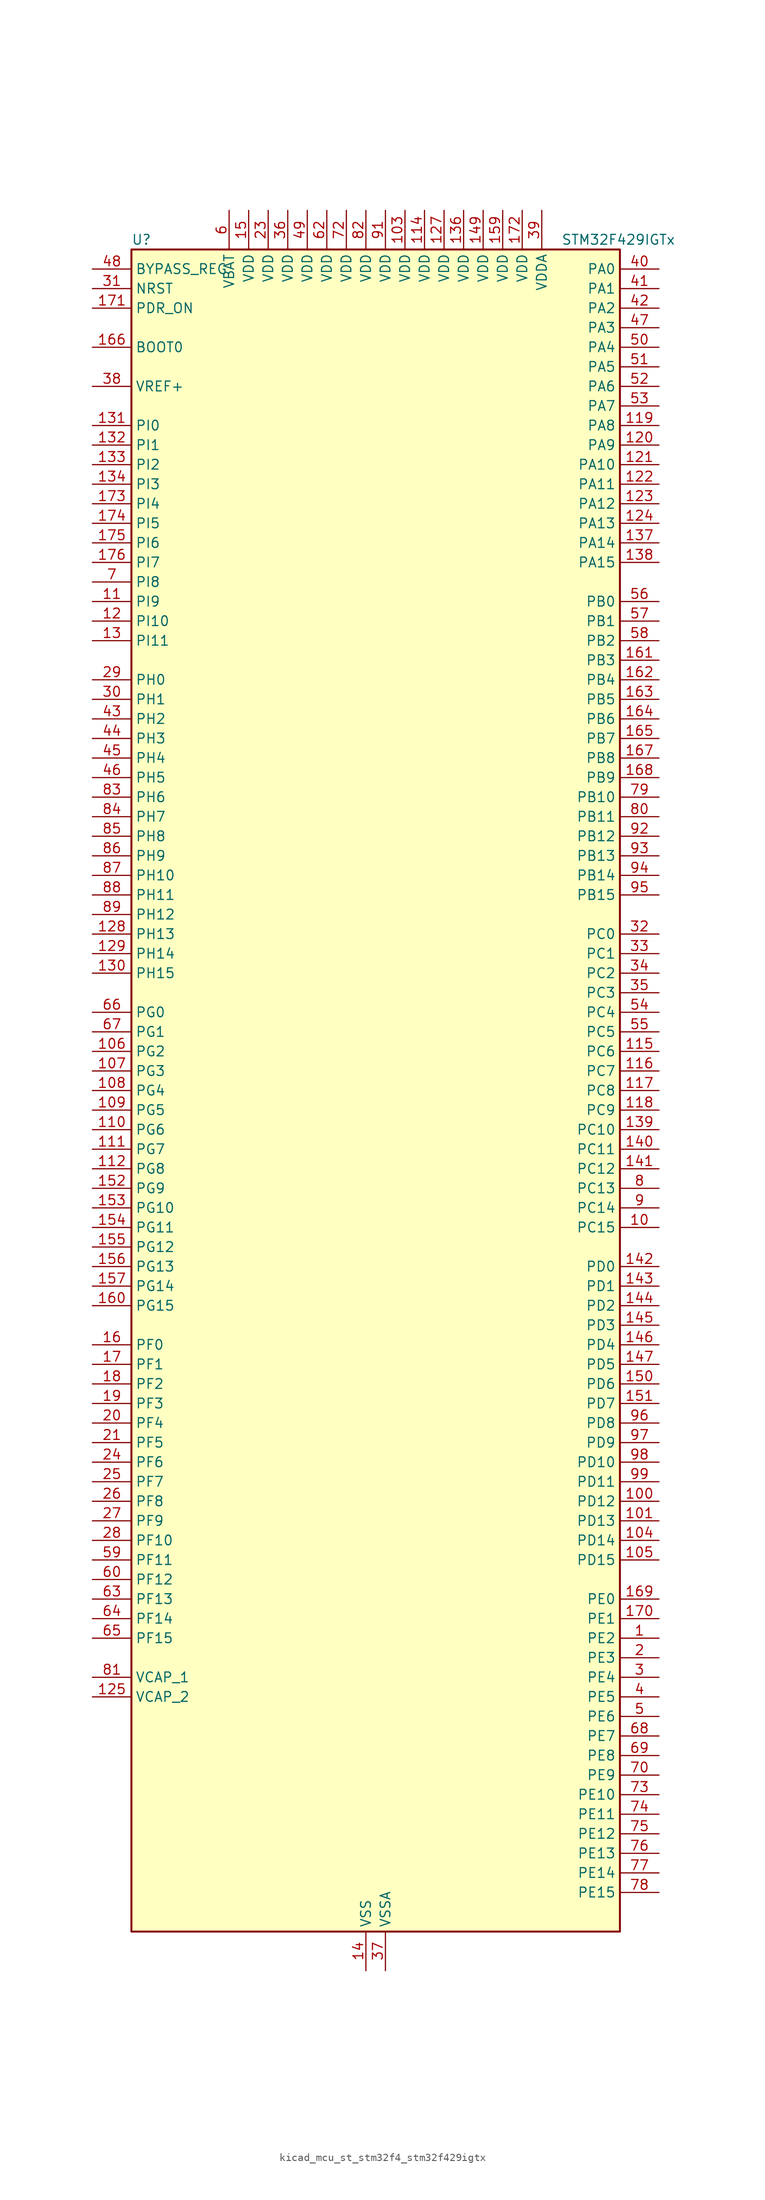
<source format=kicad_sym>
(kicad_symbol_lib
  (version 20220914)
  (generator kicad_symbol_editor)
  (symbol "kicad_mcu_st_stm32f4_stm32f429igtx"
    (property "Reference" "U"
      (at -30.48 110.49 0)
      (effects (font (size 1.27 1.27)) (justify left)))
    (property "Value" "STM32F429IGTx"
      (at 25.4 110.49 0)
      (effects (font (size 1.27 1.27)) (justify left)))
    (property "ki_locked" ""
      (at 0 0 0)
      (effects (font (size 1.27 1.27))))
    (symbol "kicad_mcu_st_stm32f4_stm32f429igtx_0_1"
      (rectangle (start -30.48 -109.22) (end 33.02 109.22) (stroke (width 0.254) (type default)) (fill (type background))))
    (symbol "kicad_mcu_st_stm32f4_stm32f429igtx_1_1"
      (pin bidirectional line (at 38.1 -71.12 180) (length 5.08) (name "PE2" (effects (font (size 1.27 1.27)))) (number "1" (effects (font (size 1.27 1.27)))) (alternate "ETH_TXD3" bidirectional line) (alternate "FMC_A23" bidirectional line) (alternate "SAI1_MCLK_A" bidirectional line) (alternate "SPI4_SCK" bidirectional line) (alternate "SYS_TRACECLK" bidirectional line))
      (pin bidirectional line (at 38.1 -17.78 180) (length 5.08) (name "PC15" (effects (font (size 1.27 1.27)))) (number "10" (effects (font (size 1.27 1.27)))) (alternate "ADC1_EXTI15" bidirectional line) (alternate "ADC2_EXTI15" bidirectional line) (alternate "ADC3_EXTI15" bidirectional line) (alternate "RCC_OSC32_OUT" bidirectional line))
      (pin bidirectional line (at 38.1 -53.34 180) (length 5.08) (name "PD12" (effects (font (size 1.27 1.27)))) (number "100" (effects (font (size 1.27 1.27)))) (alternate "FMC_A17" bidirectional line) (alternate "FMC_ALE" bidirectional line) (alternate "TIM4_CH1" bidirectional line) (alternate "USART3_RTS" bidirectional line))
      (pin bidirectional line (at 38.1 -55.88 180) (length 5.08) (name "PD13" (effects (font (size 1.27 1.27)))) (number "101" (effects (font (size 1.27 1.27)))) (alternate "FMC_A18" bidirectional line) (alternate "TIM4_CH2" bidirectional line))
      (pin passive line (at 0 -114.3 90) (length 5.08) hide (name "VSS" (effects (font (size 1.27 1.27)))) (number "102" (effects (font (size 1.27 1.27)))))
      (pin power_in line (at 5.08 114.3 270) (length 5.08) (name "VDD" (effects (font (size 1.27 1.27)))) (number "103" (effects (font (size 1.27 1.27)))))
      (pin bidirectional line (at 38.1 -58.42 180) (length 5.08) (name "PD14" (effects (font (size 1.27 1.27)))) (number "104" (effects (font (size 1.27 1.27)))) (alternate "FMC_D0" bidirectional line) (alternate "FMC_DA0" bidirectional line) (alternate "TIM4_CH3" bidirectional line))
      (pin bidirectional line (at 38.1 -60.96 180) (length 5.08) (name "PD15" (effects (font (size 1.27 1.27)))) (number "105" (effects (font (size 1.27 1.27)))) (alternate "ADC1_EXTI15" bidirectional line) (alternate "ADC2_EXTI15" bidirectional line) (alternate "ADC3_EXTI15" bidirectional line) (alternate "FMC_D1" bidirectional line) (alternate "FMC_DA1" bidirectional line) (alternate "TIM4_CH4" bidirectional line))
      (pin bidirectional line (at -35.56 5.08 0) (length 5.08) (name "PG2" (effects (font (size 1.27 1.27)))) (number "106" (effects (font (size 1.27 1.27)))) (alternate "FMC_A12" bidirectional line))
      (pin bidirectional line (at -35.56 2.54 0) (length 5.08) (name "PG3" (effects (font (size 1.27 1.27)))) (number "107" (effects (font (size 1.27 1.27)))) (alternate "FMC_A13" bidirectional line))
      (pin bidirectional line (at -35.56 0 0) (length 5.08) (name "PG4" (effects (font (size 1.27 1.27)))) (number "108" (effects (font (size 1.27 1.27)))) (alternate "FMC_A14" bidirectional line) (alternate "FMC_BA0" bidirectional line))
      (pin bidirectional line (at -35.56 -2.54 0) (length 5.08) (name "PG5" (effects (font (size 1.27 1.27)))) (number "109" (effects (font (size 1.27 1.27)))) (alternate "FMC_A15" bidirectional line) (alternate "FMC_BA1" bidirectional line))
      (pin bidirectional line (at -35.56 63.5 0) (length 5.08) (name "PI9" (effects (font (size 1.27 1.27)))) (number "11" (effects (font (size 1.27 1.27)))) (alternate "CAN1_RX" bidirectional line) (alternate "DAC_EXTI9" bidirectional line) (alternate "FMC_D30" bidirectional line) (alternate "LTDC_VSYNC" bidirectional line))
      (pin bidirectional line (at -35.56 -5.08 0) (length 5.08) (name "PG6" (effects (font (size 1.27 1.27)))) (number "110" (effects (font (size 1.27 1.27)))) (alternate "DCMI_D12" bidirectional line) (alternate "FMC_INT2" bidirectional line) (alternate "LTDC_R7" bidirectional line))
      (pin bidirectional line (at -35.56 -7.62 0) (length 5.08) (name "PG7" (effects (font (size 1.27 1.27)))) (number "111" (effects (font (size 1.27 1.27)))) (alternate "DCMI_D13" bidirectional line) (alternate "FMC_INT3" bidirectional line) (alternate "LTDC_CLK" bidirectional line) (alternate "USART6_CK" bidirectional line))
      (pin bidirectional line (at -35.56 -10.16 0) (length 5.08) (name "PG8" (effects (font (size 1.27 1.27)))) (number "112" (effects (font (size 1.27 1.27)))) (alternate "ETH_PPS_OUT" bidirectional line) (alternate "FMC_SDCLK" bidirectional line) (alternate "SPI6_NSS" bidirectional line) (alternate "USART6_RTS" bidirectional line))
      (pin passive line (at 0 -114.3 90) (length 5.08) hide (name "VSS" (effects (font (size 1.27 1.27)))) (number "113" (effects (font (size 1.27 1.27)))))
      (pin power_in line (at 7.62 114.3 270) (length 5.08) (name "VDD" (effects (font (size 1.27 1.27)))) (number "114" (effects (font (size 1.27 1.27)))))
      (pin bidirectional line (at 38.1 5.08 180) (length 5.08) (name "PC6" (effects (font (size 1.27 1.27)))) (number "115" (effects (font (size 1.27 1.27)))) (alternate "DCMI_D0" bidirectional line) (alternate "I2S2_MCK" bidirectional line) (alternate "LTDC_HSYNC" bidirectional line) (alternate "SDIO_D6" bidirectional line) (alternate "TIM3_CH1" bidirectional line) (alternate "TIM8_CH1" bidirectional line) (alternate "USART6_TX" bidirectional line))
      (pin bidirectional line (at 38.1 2.54 180) (length 5.08) (name "PC7" (effects (font (size 1.27 1.27)))) (number "116" (effects (font (size 1.27 1.27)))) (alternate "DCMI_D1" bidirectional line) (alternate "I2S3_MCK" bidirectional line) (alternate "LTDC_G6" bidirectional line) (alternate "SDIO_D7" bidirectional line) (alternate "TIM3_CH2" bidirectional line) (alternate "TIM8_CH2" bidirectional line) (alternate "USART6_RX" bidirectional line))
      (pin bidirectional line (at 38.1 0 180) (length 5.08) (name "PC8" (effects (font (size 1.27 1.27)))) (number "117" (effects (font (size 1.27 1.27)))) (alternate "DCMI_D2" bidirectional line) (alternate "SDIO_D0" bidirectional line) (alternate "TIM3_CH3" bidirectional line) (alternate "TIM8_CH3" bidirectional line) (alternate "USART6_CK" bidirectional line))
      (pin bidirectional line (at 38.1 -2.54 180) (length 5.08) (name "PC9" (effects (font (size 1.27 1.27)))) (number "118" (effects (font (size 1.27 1.27)))) (alternate "DAC_EXTI9" bidirectional line) (alternate "DCMI_D3" bidirectional line) (alternate "I2C3_SDA" bidirectional line) (alternate "I2S_CKIN" bidirectional line) (alternate "RCC_MCO_2" bidirectional line) (alternate "SDIO_D1" bidirectional line) (alternate "TIM3_CH4" bidirectional line) (alternate "TIM8_CH4" bidirectional line))
      (pin bidirectional line (at 38.1 86.36 180) (length 5.08) (name "PA8" (effects (font (size 1.27 1.27)))) (number "119" (effects (font (size 1.27 1.27)))) (alternate "I2C3_SCL" bidirectional line) (alternate "LTDC_R6" bidirectional line) (alternate "RCC_MCO_1" bidirectional line) (alternate "TIM1_CH1" bidirectional line) (alternate "USART1_CK" bidirectional line) (alternate "USB_OTG_FS_SOF" bidirectional line))
      (pin bidirectional line (at -35.56 60.96 0) (length 5.08) (name "PI10" (effects (font (size 1.27 1.27)))) (number "12" (effects (font (size 1.27 1.27)))) (alternate "ETH_RX_ER" bidirectional line) (alternate "FMC_D31" bidirectional line) (alternate "LTDC_HSYNC" bidirectional line))
      (pin bidirectional line (at 38.1 83.82 180) (length 5.08) (name "PA9" (effects (font (size 1.27 1.27)))) (number "120" (effects (font (size 1.27 1.27)))) (alternate "DAC_EXTI9" bidirectional line) (alternate "DCMI_D0" bidirectional line) (alternate "I2C3_SMBA" bidirectional line) (alternate "TIM1_CH2" bidirectional line) (alternate "USART1_TX" bidirectional line) (alternate "USB_OTG_FS_VBUS" bidirectional line))
      (pin bidirectional line (at 38.1 81.28 180) (length 5.08) (name "PA10" (effects (font (size 1.27 1.27)))) (number "121" (effects (font (size 1.27 1.27)))) (alternate "DCMI_D1" bidirectional line) (alternate "TIM1_CH3" bidirectional line) (alternate "USART1_RX" bidirectional line) (alternate "USB_OTG_FS_ID" bidirectional line))
      (pin bidirectional line (at 38.1 78.74 180) (length 5.08) (name "PA11" (effects (font (size 1.27 1.27)))) (number "122" (effects (font (size 1.27 1.27)))) (alternate "ADC1_EXTI11" bidirectional line) (alternate "ADC2_EXTI11" bidirectional line) (alternate "ADC3_EXTI11" bidirectional line) (alternate "CAN1_RX" bidirectional line) (alternate "LTDC_R4" bidirectional line) (alternate "TIM1_CH4" bidirectional line) (alternate "USART1_CTS" bidirectional line) (alternate "USB_OTG_FS_DM" bidirectional line))
      (pin bidirectional line (at 38.1 76.2 180) (length 5.08) (name "PA12" (effects (font (size 1.27 1.27)))) (number "123" (effects (font (size 1.27 1.27)))) (alternate "CAN1_TX" bidirectional line) (alternate "LTDC_R5" bidirectional line) (alternate "TIM1_ETR" bidirectional line) (alternate "USART1_RTS" bidirectional line) (alternate "USB_OTG_FS_DP" bidirectional line))
      (pin bidirectional line (at 38.1 73.66 180) (length 5.08) (name "PA13" (effects (font (size 1.27 1.27)))) (number "124" (effects (font (size 1.27 1.27)))) (alternate "SYS_JTMS-SWDIO" bidirectional line))
      (pin power_out line (at -35.56 -78.74 0) (length 5.08) (name "VCAP_2" (effects (font (size 1.27 1.27)))) (number "125" (effects (font (size 1.27 1.27)))))
      (pin passive line (at 0 -114.3 90) (length 5.08) hide (name "VSS" (effects (font (size 1.27 1.27)))) (number "126" (effects (font (size 1.27 1.27)))))
      (pin power_in line (at 10.16 114.3 270) (length 5.08) (name "VDD" (effects (font (size 1.27 1.27)))) (number "127" (effects (font (size 1.27 1.27)))))
      (pin bidirectional line (at -35.56 20.32 0) (length 5.08) (name "PH13" (effects (font (size 1.27 1.27)))) (number "128" (effects (font (size 1.27 1.27)))) (alternate "CAN1_TX" bidirectional line) (alternate "FMC_D21" bidirectional line) (alternate "LTDC_G2" bidirectional line) (alternate "TIM8_CH1N" bidirectional line))
      (pin bidirectional line (at -35.56 17.78 0) (length 5.08) (name "PH14" (effects (font (size 1.27 1.27)))) (number "129" (effects (font (size 1.27 1.27)))) (alternate "DCMI_D4" bidirectional line) (alternate "FMC_D22" bidirectional line) (alternate "LTDC_G3" bidirectional line) (alternate "TIM8_CH2N" bidirectional line))
      (pin bidirectional line (at -35.56 58.42 0) (length 5.08) (name "PI11" (effects (font (size 1.27 1.27)))) (number "13" (effects (font (size 1.27 1.27)))) (alternate "ADC1_EXTI11" bidirectional line) (alternate "ADC2_EXTI11" bidirectional line) (alternate "ADC3_EXTI11" bidirectional line) (alternate "USB_OTG_HS_ULPI_DIR" bidirectional line))
      (pin bidirectional line (at -35.56 15.24 0) (length 5.08) (name "PH15" (effects (font (size 1.27 1.27)))) (number "130" (effects (font (size 1.27 1.27)))) (alternate "ADC1_EXTI15" bidirectional line) (alternate "ADC2_EXTI15" bidirectional line) (alternate "ADC3_EXTI15" bidirectional line) (alternate "DCMI_D11" bidirectional line) (alternate "FMC_D23" bidirectional line) (alternate "LTDC_G4" bidirectional line) (alternate "TIM8_CH3N" bidirectional line))
      (pin bidirectional line (at -35.56 86.36 0) (length 5.08) (name "PI0" (effects (font (size 1.27 1.27)))) (number "131" (effects (font (size 1.27 1.27)))) (alternate "DCMI_D13" bidirectional line) (alternate "FMC_D24" bidirectional line) (alternate "I2S2_WS" bidirectional line) (alternate "LTDC_G5" bidirectional line) (alternate "SPI2_NSS" bidirectional line) (alternate "TIM5_CH4" bidirectional line))
      (pin bidirectional line (at -35.56 83.82 0) (length 5.08) (name "PI1" (effects (font (size 1.27 1.27)))) (number "132" (effects (font (size 1.27 1.27)))) (alternate "DCMI_D8" bidirectional line) (alternate "FMC_D25" bidirectional line) (alternate "I2S2_CK" bidirectional line) (alternate "LTDC_G6" bidirectional line) (alternate "SPI2_SCK" bidirectional line))
      (pin bidirectional line (at -35.56 81.28 0) (length 5.08) (name "PI2" (effects (font (size 1.27 1.27)))) (number "133" (effects (font (size 1.27 1.27)))) (alternate "DCMI_D9" bidirectional line) (alternate "FMC_D26" bidirectional line) (alternate "I2S2_ext_SD" bidirectional line) (alternate "LTDC_G7" bidirectional line) (alternate "SPI2_MISO" bidirectional line) (alternate "TIM8_CH4" bidirectional line))
      (pin bidirectional line (at -35.56 78.74 0) (length 5.08) (name "PI3" (effects (font (size 1.27 1.27)))) (number "134" (effects (font (size 1.27 1.27)))) (alternate "DCMI_D10" bidirectional line) (alternate "FMC_D27" bidirectional line) (alternate "I2S2_SD" bidirectional line) (alternate "SPI2_MOSI" bidirectional line) (alternate "TIM8_ETR" bidirectional line))
      (pin passive line (at 0 -114.3 90) (length 5.08) hide (name "VSS" (effects (font (size 1.27 1.27)))) (number "135" (effects (font (size 1.27 1.27)))))
      (pin power_in line (at 12.7 114.3 270) (length 5.08) (name "VDD" (effects (font (size 1.27 1.27)))) (number "136" (effects (font (size 1.27 1.27)))))
      (pin bidirectional line (at 38.1 71.12 180) (length 5.08) (name "PA14" (effects (font (size 1.27 1.27)))) (number "137" (effects (font (size 1.27 1.27)))) (alternate "SYS_JTCK-SWCLK" bidirectional line))
      (pin bidirectional line (at 38.1 68.58 180) (length 5.08) (name "PA15" (effects (font (size 1.27 1.27)))) (number "138" (effects (font (size 1.27 1.27)))) (alternate "ADC1_EXTI15" bidirectional line) (alternate "ADC2_EXTI15" bidirectional line) (alternate "ADC3_EXTI15" bidirectional line) (alternate "I2S3_WS" bidirectional line) (alternate "SPI1_NSS" bidirectional line) (alternate "SPI3_NSS" bidirectional line) (alternate "SYS_JTDI" bidirectional line) (alternate "TIM2_CH1" bidirectional line) (alternate "TIM2_ETR" bidirectional line))
      (pin bidirectional line (at 38.1 -5.08 180) (length 5.08) (name "PC10" (effects (font (size 1.27 1.27)))) (number "139" (effects (font (size 1.27 1.27)))) (alternate "DCMI_D8" bidirectional line) (alternate "I2S3_CK" bidirectional line) (alternate "LTDC_R2" bidirectional line) (alternate "SDIO_D2" bidirectional line) (alternate "SPI3_SCK" bidirectional line) (alternate "UART4_TX" bidirectional line) (alternate "USART3_TX" bidirectional line))
      (pin power_in line (at 0 -114.3 90) (length 5.08) (name "VSS" (effects (font (size 1.27 1.27)))) (number "14" (effects (font (size 1.27 1.27)))))
      (pin bidirectional line (at 38.1 -7.62 180) (length 5.08) (name "PC11" (effects (font (size 1.27 1.27)))) (number "140" (effects (font (size 1.27 1.27)))) (alternate "ADC1_EXTI11" bidirectional line) (alternate "ADC2_EXTI11" bidirectional line) (alternate "ADC3_EXTI11" bidirectional line) (alternate "DCMI_D4" bidirectional line) (alternate "I2S3_ext_SD" bidirectional line) (alternate "SDIO_D3" bidirectional line) (alternate "SPI3_MISO" bidirectional line) (alternate "UART4_RX" bidirectional line) (alternate "USART3_RX" bidirectional line))
      (pin bidirectional line (at 38.1 -10.16 180) (length 5.08) (name "PC12" (effects (font (size 1.27 1.27)))) (number "141" (effects (font (size 1.27 1.27)))) (alternate "DCMI_D9" bidirectional line) (alternate "I2S3_SD" bidirectional line) (alternate "SDIO_CK" bidirectional line) (alternate "SPI3_MOSI" bidirectional line) (alternate "UART5_TX" bidirectional line) (alternate "USART3_CK" bidirectional line))
      (pin bidirectional line (at 38.1 -22.86 180) (length 5.08) (name "PD0" (effects (font (size 1.27 1.27)))) (number "142" (effects (font (size 1.27 1.27)))) (alternate "CAN1_RX" bidirectional line) (alternate "FMC_D2" bidirectional line) (alternate "FMC_DA2" bidirectional line))
      (pin bidirectional line (at 38.1 -25.4 180) (length 5.08) (name "PD1" (effects (font (size 1.27 1.27)))) (number "143" (effects (font (size 1.27 1.27)))) (alternate "CAN1_TX" bidirectional line) (alternate "FMC_D3" bidirectional line) (alternate "FMC_DA3" bidirectional line))
      (pin bidirectional line (at 38.1 -27.94 180) (length 5.08) (name "PD2" (effects (font (size 1.27 1.27)))) (number "144" (effects (font (size 1.27 1.27)))) (alternate "DCMI_D11" bidirectional line) (alternate "SDIO_CMD" bidirectional line) (alternate "TIM3_ETR" bidirectional line) (alternate "UART5_RX" bidirectional line))
      (pin bidirectional line (at 38.1 -30.48 180) (length 5.08) (name "PD3" (effects (font (size 1.27 1.27)))) (number "145" (effects (font (size 1.27 1.27)))) (alternate "DCMI_D5" bidirectional line) (alternate "FMC_CLK" bidirectional line) (alternate "I2S2_CK" bidirectional line) (alternate "LTDC_G7" bidirectional line) (alternate "SPI2_SCK" bidirectional line) (alternate "USART2_CTS" bidirectional line))
      (pin bidirectional line (at 38.1 -33.02 180) (length 5.08) (name "PD4" (effects (font (size 1.27 1.27)))) (number "146" (effects (font (size 1.27 1.27)))) (alternate "FMC_NOE" bidirectional line) (alternate "USART2_RTS" bidirectional line))
      (pin bidirectional line (at 38.1 -35.56 180) (length 5.08) (name "PD5" (effects (font (size 1.27 1.27)))) (number "147" (effects (font (size 1.27 1.27)))) (alternate "FMC_NWE" bidirectional line) (alternate "USART2_TX" bidirectional line))
      (pin passive line (at 0 -114.3 90) (length 5.08) hide (name "VSS" (effects (font (size 1.27 1.27)))) (number "148" (effects (font (size 1.27 1.27)))))
      (pin power_in line (at 15.24 114.3 270) (length 5.08) (name "VDD" (effects (font (size 1.27 1.27)))) (number "149" (effects (font (size 1.27 1.27)))))
      (pin power_in line (at -15.24 114.3 270) (length 5.08) (name "VDD" (effects (font (size 1.27 1.27)))) (number "15" (effects (font (size 1.27 1.27)))))
      (pin bidirectional line (at 38.1 -38.1 180) (length 5.08) (name "PD6" (effects (font (size 1.27 1.27)))) (number "150" (effects (font (size 1.27 1.27)))) (alternate "DCMI_D10" bidirectional line) (alternate "FMC_NWAIT" bidirectional line) (alternate "I2S3_SD" bidirectional line) (alternate "LTDC_B2" bidirectional line) (alternate "SAI1_SD_A" bidirectional line) (alternate "SPI3_MOSI" bidirectional line) (alternate "USART2_RX" bidirectional line))
      (pin bidirectional line (at 38.1 -40.64 180) (length 5.08) (name "PD7" (effects (font (size 1.27 1.27)))) (number "151" (effects (font (size 1.27 1.27)))) (alternate "FMC_NCE2" bidirectional line) (alternate "FMC_NE1" bidirectional line) (alternate "USART2_CK" bidirectional line))
      (pin bidirectional line (at -35.56 -12.7 0) (length 5.08) (name "PG9" (effects (font (size 1.27 1.27)))) (number "152" (effects (font (size 1.27 1.27)))) (alternate "DAC_EXTI9" bidirectional line) (alternate "DCMI_VSYNC" bidirectional line) (alternate "FMC_NCE3" bidirectional line) (alternate "FMC_NE2" bidirectional line) (alternate "USART6_RX" bidirectional line))
      (pin bidirectional line (at -35.56 -15.24 0) (length 5.08) (name "PG10" (effects (font (size 1.27 1.27)))) (number "153" (effects (font (size 1.27 1.27)))) (alternate "DCMI_D2" bidirectional line) (alternate "FMC_NCE4_1" bidirectional line) (alternate "FMC_NE3" bidirectional line) (alternate "LTDC_B2" bidirectional line) (alternate "LTDC_G3" bidirectional line))
      (pin bidirectional line (at -35.56 -17.78 0) (length 5.08) (name "PG11" (effects (font (size 1.27 1.27)))) (number "154" (effects (font (size 1.27 1.27)))) (alternate "ADC1_EXTI11" bidirectional line) (alternate "ADC2_EXTI11" bidirectional line) (alternate "ADC3_EXTI11" bidirectional line) (alternate "DCMI_D3" bidirectional line) (alternate "ETH_TX_EN" bidirectional line) (alternate "FMC_NCE4_2" bidirectional line) (alternate "LTDC_B3" bidirectional line))
      (pin bidirectional line (at -35.56 -20.32 0) (length 5.08) (name "PG12" (effects (font (size 1.27 1.27)))) (number "155" (effects (font (size 1.27 1.27)))) (alternate "FMC_NE4" bidirectional line) (alternate "LTDC_B1" bidirectional line) (alternate "LTDC_B4" bidirectional line) (alternate "SPI6_MISO" bidirectional line) (alternate "USART6_RTS" bidirectional line))
      (pin bidirectional line (at -35.56 -22.86 0) (length 5.08) (name "PG13" (effects (font (size 1.27 1.27)))) (number "156" (effects (font (size 1.27 1.27)))) (alternate "ETH_TXD0" bidirectional line) (alternate "FMC_A24" bidirectional line) (alternate "SPI6_SCK" bidirectional line) (alternate "USART6_CTS" bidirectional line))
      (pin bidirectional line (at -35.56 -25.4 0) (length 5.08) (name "PG14" (effects (font (size 1.27 1.27)))) (number "157" (effects (font (size 1.27 1.27)))) (alternate "ETH_TXD1" bidirectional line) (alternate "FMC_A25" bidirectional line) (alternate "SPI6_MOSI" bidirectional line) (alternate "USART6_TX" bidirectional line))
      (pin passive line (at 0 -114.3 90) (length 5.08) hide (name "VSS" (effects (font (size 1.27 1.27)))) (number "158" (effects (font (size 1.27 1.27)))))
      (pin power_in line (at 17.78 114.3 270) (length 5.08) (name "VDD" (effects (font (size 1.27 1.27)))) (number "159" (effects (font (size 1.27 1.27)))))
      (pin bidirectional line (at -35.56 -33.02 0) (length 5.08) (name "PF0" (effects (font (size 1.27 1.27)))) (number "16" (effects (font (size 1.27 1.27)))) (alternate "FMC_A0" bidirectional line) (alternate "I2C2_SDA" bidirectional line))
      (pin bidirectional line (at -35.56 -27.94 0) (length 5.08) (name "PG15" (effects (font (size 1.27 1.27)))) (number "160" (effects (font (size 1.27 1.27)))) (alternate "ADC1_EXTI15" bidirectional line) (alternate "ADC2_EXTI15" bidirectional line) (alternate "ADC3_EXTI15" bidirectional line) (alternate "DCMI_D13" bidirectional line) (alternate "FMC_SDNCAS" bidirectional line) (alternate "USART6_CTS" bidirectional line))
      (pin bidirectional line (at 38.1 55.88 180) (length 5.08) (name "PB3" (effects (font (size 1.27 1.27)))) (number "161" (effects (font (size 1.27 1.27)))) (alternate "I2S3_CK" bidirectional line) (alternate "SPI1_SCK" bidirectional line) (alternate "SPI3_SCK" bidirectional line) (alternate "SYS_JTDO-SWO" bidirectional line) (alternate "TIM2_CH2" bidirectional line))
      (pin bidirectional line (at 38.1 53.34 180) (length 5.08) (name "PB4" (effects (font (size 1.27 1.27)))) (number "162" (effects (font (size 1.27 1.27)))) (alternate "I2S3_ext_SD" bidirectional line) (alternate "SPI1_MISO" bidirectional line) (alternate "SPI3_MISO" bidirectional line) (alternate "SYS_JTRST" bidirectional line) (alternate "TIM3_CH1" bidirectional line))
      (pin bidirectional line (at 38.1 50.8 180) (length 5.08) (name "PB5" (effects (font (size 1.27 1.27)))) (number "163" (effects (font (size 1.27 1.27)))) (alternate "CAN2_RX" bidirectional line) (alternate "DCMI_D10" bidirectional line) (alternate "ETH_PPS_OUT" bidirectional line) (alternate "FMC_SDCKE1" bidirectional line) (alternate "I2C1_SMBA" bidirectional line) (alternate "I2S3_SD" bidirectional line) (alternate "SPI1_MOSI" bidirectional line) (alternate "SPI3_MOSI" bidirectional line) (alternate "TIM3_CH2" bidirectional line) (alternate "USB_OTG_HS_ULPI_D7" bidirectional line))
      (pin bidirectional line (at 38.1 48.26 180) (length 5.08) (name "PB6" (effects (font (size 1.27 1.27)))) (number "164" (effects (font (size 1.27 1.27)))) (alternate "CAN2_TX" bidirectional line) (alternate "DCMI_D5" bidirectional line) (alternate "FMC_SDNE1" bidirectional line) (alternate "I2C1_SCL" bidirectional line) (alternate "TIM4_CH1" bidirectional line) (alternate "USART1_TX" bidirectional line))
      (pin bidirectional line (at 38.1 45.72 180) (length 5.08) (name "PB7" (effects (font (size 1.27 1.27)))) (number "165" (effects (font (size 1.27 1.27)))) (alternate "DCMI_VSYNC" bidirectional line) (alternate "FMC_NL" bidirectional line) (alternate "I2C1_SDA" bidirectional line) (alternate "TIM4_CH2" bidirectional line) (alternate "USART1_RX" bidirectional line))
      (pin input line (at -35.56 96.52 0) (length 5.08) (name "BOOT0" (effects (font (size 1.27 1.27)))) (number "166" (effects (font (size 1.27 1.27)))))
      (pin bidirectional line (at 38.1 43.18 180) (length 5.08) (name "PB8" (effects (font (size 1.27 1.27)))) (number "167" (effects (font (size 1.27 1.27)))) (alternate "CAN1_RX" bidirectional line) (alternate "DCMI_D6" bidirectional line) (alternate "ETH_TXD3" bidirectional line) (alternate "I2C1_SCL" bidirectional line) (alternate "LTDC_B6" bidirectional line) (alternate "SDIO_D4" bidirectional line) (alternate "TIM10_CH1" bidirectional line) (alternate "TIM4_CH3" bidirectional line))
      (pin bidirectional line (at 38.1 40.64 180) (length 5.08) (name "PB9" (effects (font (size 1.27 1.27)))) (number "168" (effects (font (size 1.27 1.27)))) (alternate "CAN1_TX" bidirectional line) (alternate "DAC_EXTI9" bidirectional line) (alternate "DCMI_D7" bidirectional line) (alternate "I2C1_SDA" bidirectional line) (alternate "I2S2_WS" bidirectional line) (alternate "LTDC_B7" bidirectional line) (alternate "SDIO_D5" bidirectional line) (alternate "SPI2_NSS" bidirectional line) (alternate "TIM11_CH1" bidirectional line) (alternate "TIM4_CH4" bidirectional line))
      (pin bidirectional line (at 38.1 -66.04 180) (length 5.08) (name "PE0" (effects (font (size 1.27 1.27)))) (number "169" (effects (font (size 1.27 1.27)))) (alternate "DCMI_D2" bidirectional line) (alternate "FMC_NBL0" bidirectional line) (alternate "TIM4_ETR" bidirectional line) (alternate "UART8_RX" bidirectional line))
      (pin bidirectional line (at -35.56 -35.56 0) (length 5.08) (name "PF1" (effects (font (size 1.27 1.27)))) (number "17" (effects (font (size 1.27 1.27)))) (alternate "FMC_A1" bidirectional line) (alternate "I2C2_SCL" bidirectional line))
      (pin bidirectional line (at 38.1 -68.58 180) (length 5.08) (name "PE1" (effects (font (size 1.27 1.27)))) (number "170" (effects (font (size 1.27 1.27)))) (alternate "DCMI_D3" bidirectional line) (alternate "FMC_NBL1" bidirectional line) (alternate "UART8_TX" bidirectional line))
      (pin input line (at -35.56 101.6 0) (length 5.08) (name "PDR_ON" (effects (font (size 1.27 1.27)))) (number "171" (effects (font (size 1.27 1.27)))))
      (pin power_in line (at 20.32 114.3 270) (length 5.08) (name "VDD" (effects (font (size 1.27 1.27)))) (number "172" (effects (font (size 1.27 1.27)))))
      (pin bidirectional line (at -35.56 76.2 0) (length 5.08) (name "PI4" (effects (font (size 1.27 1.27)))) (number "173" (effects (font (size 1.27 1.27)))) (alternate "DCMI_D5" bidirectional line) (alternate "FMC_NBL2" bidirectional line) (alternate "LTDC_B4" bidirectional line) (alternate "TIM8_BKIN" bidirectional line))
      (pin bidirectional line (at -35.56 73.66 0) (length 5.08) (name "PI5" (effects (font (size 1.27 1.27)))) (number "174" (effects (font (size 1.27 1.27)))) (alternate "DCMI_VSYNC" bidirectional line) (alternate "FMC_NBL3" bidirectional line) (alternate "LTDC_B5" bidirectional line) (alternate "TIM8_CH1" bidirectional line))
      (pin bidirectional line (at -35.56 71.12 0) (length 5.08) (name "PI6" (effects (font (size 1.27 1.27)))) (number "175" (effects (font (size 1.27 1.27)))) (alternate "DCMI_D6" bidirectional line) (alternate "FMC_D28" bidirectional line) (alternate "LTDC_B6" bidirectional line) (alternate "TIM8_CH2" bidirectional line))
      (pin bidirectional line (at -35.56 68.58 0) (length 5.08) (name "PI7" (effects (font (size 1.27 1.27)))) (number "176" (effects (font (size 1.27 1.27)))) (alternate "DCMI_D7" bidirectional line) (alternate "FMC_D29" bidirectional line) (alternate "LTDC_B7" bidirectional line) (alternate "TIM8_CH3" bidirectional line))
      (pin bidirectional line (at -35.56 -38.1 0) (length 5.08) (name "PF2" (effects (font (size 1.27 1.27)))) (number "18" (effects (font (size 1.27 1.27)))) (alternate "FMC_A2" bidirectional line) (alternate "I2C2_SMBA" bidirectional line))
      (pin bidirectional line (at -35.56 -40.64 0) (length 5.08) (name "PF3" (effects (font (size 1.27 1.27)))) (number "19" (effects (font (size 1.27 1.27)))) (alternate "ADC3_IN9" bidirectional line) (alternate "FMC_A3" bidirectional line))
      (pin bidirectional line (at 38.1 -73.66 180) (length 5.08) (name "PE3" (effects (font (size 1.27 1.27)))) (number "2" (effects (font (size 1.27 1.27)))) (alternate "FMC_A19" bidirectional line) (alternate "SAI1_SD_B" bidirectional line) (alternate "SYS_TRACED0" bidirectional line))
      (pin bidirectional line (at -35.56 -43.18 0) (length 5.08) (name "PF4" (effects (font (size 1.27 1.27)))) (number "20" (effects (font (size 1.27 1.27)))) (alternate "ADC3_IN14" bidirectional line) (alternate "FMC_A4" bidirectional line))
      (pin bidirectional line (at -35.56 -45.72 0) (length 5.08) (name "PF5" (effects (font (size 1.27 1.27)))) (number "21" (effects (font (size 1.27 1.27)))) (alternate "ADC3_IN15" bidirectional line) (alternate "FMC_A5" bidirectional line))
      (pin passive line (at 0 -114.3 90) (length 5.08) hide (name "VSS" (effects (font (size 1.27 1.27)))) (number "22" (effects (font (size 1.27 1.27)))))
      (pin power_in line (at -12.7 114.3 270) (length 5.08) (name "VDD" (effects (font (size 1.27 1.27)))) (number "23" (effects (font (size 1.27 1.27)))))
      (pin bidirectional line (at -35.56 -48.26 0) (length 5.08) (name "PF6" (effects (font (size 1.27 1.27)))) (number "24" (effects (font (size 1.27 1.27)))) (alternate "ADC3_IN4" bidirectional line) (alternate "FMC_NIORD" bidirectional line) (alternate "SAI1_SD_B" bidirectional line) (alternate "SPI5_NSS" bidirectional line) (alternate "TIM10_CH1" bidirectional line) (alternate "UART7_RX" bidirectional line))
      (pin bidirectional line (at -35.56 -50.8 0) (length 5.08) (name "PF7" (effects (font (size 1.27 1.27)))) (number "25" (effects (font (size 1.27 1.27)))) (alternate "ADC3_IN5" bidirectional line) (alternate "FMC_NREG" bidirectional line) (alternate "SAI1_MCLK_B" bidirectional line) (alternate "SPI5_SCK" bidirectional line) (alternate "TIM11_CH1" bidirectional line) (alternate "UART7_TX" bidirectional line))
      (pin bidirectional line (at -35.56 -53.34 0) (length 5.08) (name "PF8" (effects (font (size 1.27 1.27)))) (number "26" (effects (font (size 1.27 1.27)))) (alternate "ADC3_IN6" bidirectional line) (alternate "FMC_NIOWR" bidirectional line) (alternate "SAI1_SCK_B" bidirectional line) (alternate "SPI5_MISO" bidirectional line) (alternate "TIM13_CH1" bidirectional line))
      (pin bidirectional line (at -35.56 -55.88 0) (length 5.08) (name "PF9" (effects (font (size 1.27 1.27)))) (number "27" (effects (font (size 1.27 1.27)))) (alternate "ADC3_IN7" bidirectional line) (alternate "DAC_EXTI9" bidirectional line) (alternate "FMC_CD" bidirectional line) (alternate "SAI1_FS_B" bidirectional line) (alternate "SPI5_MOSI" bidirectional line) (alternate "TIM14_CH1" bidirectional line))
      (pin bidirectional line (at -35.56 -58.42 0) (length 5.08) (name "PF10" (effects (font (size 1.27 1.27)))) (number "28" (effects (font (size 1.27 1.27)))) (alternate "ADC3_IN8" bidirectional line) (alternate "DCMI_D11" bidirectional line) (alternate "FMC_INTR" bidirectional line) (alternate "LTDC_DE" bidirectional line))
      (pin bidirectional line (at -35.56 53.34 0) (length 5.08) (name "PH0" (effects (font (size 1.27 1.27)))) (number "29" (effects (font (size 1.27 1.27)))) (alternate "RCC_OSC_IN" bidirectional line))
      (pin bidirectional line (at 38.1 -76.2 180) (length 5.08) (name "PE4" (effects (font (size 1.27 1.27)))) (number "3" (effects (font (size 1.27 1.27)))) (alternate "DCMI_D4" bidirectional line) (alternate "FMC_A20" bidirectional line) (alternate "LTDC_B0" bidirectional line) (alternate "SAI1_FS_A" bidirectional line) (alternate "SPI4_NSS" bidirectional line) (alternate "SYS_TRACED1" bidirectional line))
      (pin bidirectional line (at -35.56 50.8 0) (length 5.08) (name "PH1" (effects (font (size 1.27 1.27)))) (number "30" (effects (font (size 1.27 1.27)))) (alternate "RCC_OSC_OUT" bidirectional line))
      (pin input line (at -35.56 104.14 0) (length 5.08) (name "NRST" (effects (font (size 1.27 1.27)))) (number "31" (effects (font (size 1.27 1.27)))))
      (pin bidirectional line (at 38.1 20.32 180) (length 5.08) (name "PC0" (effects (font (size 1.27 1.27)))) (number "32" (effects (font (size 1.27 1.27)))) (alternate "ADC1_IN10" bidirectional line) (alternate "ADC2_IN10" bidirectional line) (alternate "ADC3_IN10" bidirectional line) (alternate "FMC_SDNWE" bidirectional line) (alternate "USB_OTG_HS_ULPI_STP" bidirectional line))
      (pin bidirectional line (at 38.1 17.78 180) (length 5.08) (name "PC1" (effects (font (size 1.27 1.27)))) (number "33" (effects (font (size 1.27 1.27)))) (alternate "ADC1_IN11" bidirectional line) (alternate "ADC2_IN11" bidirectional line) (alternate "ADC3_IN11" bidirectional line) (alternate "ETH_MDC" bidirectional line))
      (pin bidirectional line (at 38.1 15.24 180) (length 5.08) (name "PC2" (effects (font (size 1.27 1.27)))) (number "34" (effects (font (size 1.27 1.27)))) (alternate "ADC1_IN12" bidirectional line) (alternate "ADC2_IN12" bidirectional line) (alternate "ADC3_IN12" bidirectional line) (alternate "ETH_TXD2" bidirectional line) (alternate "FMC_SDNE0" bidirectional line) (alternate "I2S2_ext_SD" bidirectional line) (alternate "SPI2_MISO" bidirectional line) (alternate "USB_OTG_HS_ULPI_DIR" bidirectional line))
      (pin bidirectional line (at 38.1 12.7 180) (length 5.08) (name "PC3" (effects (font (size 1.27 1.27)))) (number "35" (effects (font (size 1.27 1.27)))) (alternate "ADC1_IN13" bidirectional line) (alternate "ADC2_IN13" bidirectional line) (alternate "ADC3_IN13" bidirectional line) (alternate "ETH_TX_CLK" bidirectional line) (alternate "FMC_SDCKE0" bidirectional line) (alternate "I2S2_SD" bidirectional line) (alternate "SPI2_MOSI" bidirectional line) (alternate "USB_OTG_HS_ULPI_NXT" bidirectional line))
      (pin power_in line (at -10.16 114.3 270) (length 5.08) (name "VDD" (effects (font (size 1.27 1.27)))) (number "36" (effects (font (size 1.27 1.27)))))
      (pin power_in line (at 2.54 -114.3 90) (length 5.08) (name "VSSA" (effects (font (size 1.27 1.27)))) (number "37" (effects (font (size 1.27 1.27)))))
      (pin input line (at -35.56 91.44 0) (length 5.08) (name "VREF+" (effects (font (size 1.27 1.27)))) (number "38" (effects (font (size 1.27 1.27)))))
      (pin power_in line (at 22.86 114.3 270) (length 5.08) (name "VDDA" (effects (font (size 1.27 1.27)))) (number "39" (effects (font (size 1.27 1.27)))))
      (pin bidirectional line (at 38.1 -78.74 180) (length 5.08) (name "PE5" (effects (font (size 1.27 1.27)))) (number "4" (effects (font (size 1.27 1.27)))) (alternate "DCMI_D6" bidirectional line) (alternate "FMC_A21" bidirectional line) (alternate "LTDC_G0" bidirectional line) (alternate "SAI1_SCK_A" bidirectional line) (alternate "SPI4_MISO" bidirectional line) (alternate "SYS_TRACED2" bidirectional line) (alternate "TIM9_CH1" bidirectional line))
      (pin bidirectional line (at 38.1 106.68 180) (length 5.08) (name "PA0" (effects (font (size 1.27 1.27)))) (number "40" (effects (font (size 1.27 1.27)))) (alternate "ADC1_IN0" bidirectional line) (alternate "ADC2_IN0" bidirectional line) (alternate "ADC3_IN0" bidirectional line) (alternate "ETH_CRS" bidirectional line) (alternate "SYS_WKUP" bidirectional line) (alternate "TIM2_CH1" bidirectional line) (alternate "TIM2_ETR" bidirectional line) (alternate "TIM5_CH1" bidirectional line) (alternate "TIM8_ETR" bidirectional line) (alternate "UART4_TX" bidirectional line) (alternate "USART2_CTS" bidirectional line))
      (pin bidirectional line (at 38.1 104.14 180) (length 5.08) (name "PA1" (effects (font (size 1.27 1.27)))) (number "41" (effects (font (size 1.27 1.27)))) (alternate "ADC1_IN1" bidirectional line) (alternate "ADC2_IN1" bidirectional line) (alternate "ADC3_IN1" bidirectional line) (alternate "ETH_REF_CLK" bidirectional line) (alternate "ETH_RX_CLK" bidirectional line) (alternate "TIM2_CH2" bidirectional line) (alternate "TIM5_CH2" bidirectional line) (alternate "UART4_RX" bidirectional line) (alternate "USART2_RTS" bidirectional line))
      (pin bidirectional line (at 38.1 101.6 180) (length 5.08) (name "PA2" (effects (font (size 1.27 1.27)))) (number "42" (effects (font (size 1.27 1.27)))) (alternate "ADC1_IN2" bidirectional line) (alternate "ADC2_IN2" bidirectional line) (alternate "ADC3_IN2" bidirectional line) (alternate "ETH_MDIO" bidirectional line) (alternate "TIM2_CH3" bidirectional line) (alternate "TIM5_CH3" bidirectional line) (alternate "TIM9_CH1" bidirectional line) (alternate "USART2_TX" bidirectional line))
      (pin bidirectional line (at -35.56 48.26 0) (length 5.08) (name "PH2" (effects (font (size 1.27 1.27)))) (number "43" (effects (font (size 1.27 1.27)))) (alternate "ETH_CRS" bidirectional line) (alternate "FMC_SDCKE0" bidirectional line) (alternate "LTDC_R0" bidirectional line))
      (pin bidirectional line (at -35.56 45.72 0) (length 5.08) (name "PH3" (effects (font (size 1.27 1.27)))) (number "44" (effects (font (size 1.27 1.27)))) (alternate "ETH_COL" bidirectional line) (alternate "FMC_SDNE0" bidirectional line) (alternate "LTDC_R1" bidirectional line))
      (pin bidirectional line (at -35.56 43.18 0) (length 5.08) (name "PH4" (effects (font (size 1.27 1.27)))) (number "45" (effects (font (size 1.27 1.27)))) (alternate "I2C2_SCL" bidirectional line) (alternate "USB_OTG_HS_ULPI_NXT" bidirectional line))
      (pin bidirectional line (at -35.56 40.64 0) (length 5.08) (name "PH5" (effects (font (size 1.27 1.27)))) (number "46" (effects (font (size 1.27 1.27)))) (alternate "FMC_SDNWE" bidirectional line) (alternate "I2C2_SDA" bidirectional line) (alternate "SPI5_NSS" bidirectional line))
      (pin bidirectional line (at 38.1 99.06 180) (length 5.08) (name "PA3" (effects (font (size 1.27 1.27)))) (number "47" (effects (font (size 1.27 1.27)))) (alternate "ADC1_IN3" bidirectional line) (alternate "ADC2_IN3" bidirectional line) (alternate "ADC3_IN3" bidirectional line) (alternate "ETH_COL" bidirectional line) (alternate "LTDC_B5" bidirectional line) (alternate "TIM2_CH4" bidirectional line) (alternate "TIM5_CH4" bidirectional line) (alternate "TIM9_CH2" bidirectional line) (alternate "USART2_RX" bidirectional line) (alternate "USB_OTG_HS_ULPI_D0" bidirectional line))
      (pin input line (at -35.56 106.68 0) (length 5.08) (name "BYPASS_REG" (effects (font (size 1.27 1.27)))) (number "48" (effects (font (size 1.27 1.27)))))
      (pin power_in line (at -7.62 114.3 270) (length 5.08) (name "VDD" (effects (font (size 1.27 1.27)))) (number "49" (effects (font (size 1.27 1.27)))))
      (pin bidirectional line (at 38.1 -81.28 180) (length 5.08) (name "PE6" (effects (font (size 1.27 1.27)))) (number "5" (effects (font (size 1.27 1.27)))) (alternate "DCMI_D7" bidirectional line) (alternate "FMC_A22" bidirectional line) (alternate "LTDC_G1" bidirectional line) (alternate "SAI1_SD_A" bidirectional line) (alternate "SPI4_MOSI" bidirectional line) (alternate "SYS_TRACED3" bidirectional line) (alternate "TIM9_CH2" bidirectional line))
      (pin bidirectional line (at 38.1 96.52 180) (length 5.08) (name "PA4" (effects (font (size 1.27 1.27)))) (number "50" (effects (font (size 1.27 1.27)))) (alternate "ADC1_IN4" bidirectional line) (alternate "ADC2_IN4" bidirectional line) (alternate "DAC_OUT1" bidirectional line) (alternate "DCMI_HSYNC" bidirectional line) (alternate "I2S3_WS" bidirectional line) (alternate "LTDC_VSYNC" bidirectional line) (alternate "SPI1_NSS" bidirectional line) (alternate "SPI3_NSS" bidirectional line) (alternate "USART2_CK" bidirectional line) (alternate "USB_OTG_HS_SOF" bidirectional line))
      (pin bidirectional line (at 38.1 93.98 180) (length 5.08) (name "PA5" (effects (font (size 1.27 1.27)))) (number "51" (effects (font (size 1.27 1.27)))) (alternate "ADC1_IN5" bidirectional line) (alternate "ADC2_IN5" bidirectional line) (alternate "DAC_OUT2" bidirectional line) (alternate "SPI1_SCK" bidirectional line) (alternate "TIM2_CH1" bidirectional line) (alternate "TIM2_ETR" bidirectional line) (alternate "TIM8_CH1N" bidirectional line) (alternate "USB_OTG_HS_ULPI_CK" bidirectional line))
      (pin bidirectional line (at 38.1 91.44 180) (length 5.08) (name "PA6" (effects (font (size 1.27 1.27)))) (number "52" (effects (font (size 1.27 1.27)))) (alternate "ADC1_IN6" bidirectional line) (alternate "ADC2_IN6" bidirectional line) (alternate "DCMI_PIXCLK" bidirectional line) (alternate "LTDC_G2" bidirectional line) (alternate "SPI1_MISO" bidirectional line) (alternate "TIM13_CH1" bidirectional line) (alternate "TIM1_BKIN" bidirectional line) (alternate "TIM3_CH1" bidirectional line) (alternate "TIM8_BKIN" bidirectional line))
      (pin bidirectional line (at 38.1 88.9 180) (length 5.08) (name "PA7" (effects (font (size 1.27 1.27)))) (number "53" (effects (font (size 1.27 1.27)))) (alternate "ADC1_IN7" bidirectional line) (alternate "ADC2_IN7" bidirectional line) (alternate "ETH_CRS_DV" bidirectional line) (alternate "ETH_RX_DV" bidirectional line) (alternate "SPI1_MOSI" bidirectional line) (alternate "TIM14_CH1" bidirectional line) (alternate "TIM1_CH1N" bidirectional line) (alternate "TIM3_CH2" bidirectional line) (alternate "TIM8_CH1N" bidirectional line))
      (pin bidirectional line (at 38.1 10.16 180) (length 5.08) (name "PC4" (effects (font (size 1.27 1.27)))) (number "54" (effects (font (size 1.27 1.27)))) (alternate "ADC1_IN14" bidirectional line) (alternate "ADC2_IN14" bidirectional line) (alternate "ETH_RXD0" bidirectional line))
      (pin bidirectional line (at 38.1 7.62 180) (length 5.08) (name "PC5" (effects (font (size 1.27 1.27)))) (number "55" (effects (font (size 1.27 1.27)))) (alternate "ADC1_IN15" bidirectional line) (alternate "ADC2_IN15" bidirectional line) (alternate "ETH_RXD1" bidirectional line))
      (pin bidirectional line (at 38.1 63.5 180) (length 5.08) (name "PB0" (effects (font (size 1.27 1.27)))) (number "56" (effects (font (size 1.27 1.27)))) (alternate "ADC1_IN8" bidirectional line) (alternate "ADC2_IN8" bidirectional line) (alternate "ETH_RXD2" bidirectional line) (alternate "LTDC_R3" bidirectional line) (alternate "TIM1_CH2N" bidirectional line) (alternate "TIM3_CH3" bidirectional line) (alternate "TIM8_CH2N" bidirectional line) (alternate "USB_OTG_HS_ULPI_D1" bidirectional line))
      (pin bidirectional line (at 38.1 60.96 180) (length 5.08) (name "PB1" (effects (font (size 1.27 1.27)))) (number "57" (effects (font (size 1.27 1.27)))) (alternate "ADC1_IN9" bidirectional line) (alternate "ADC2_IN9" bidirectional line) (alternate "ETH_RXD3" bidirectional line) (alternate "LTDC_R6" bidirectional line) (alternate "TIM1_CH3N" bidirectional line) (alternate "TIM3_CH4" bidirectional line) (alternate "TIM8_CH3N" bidirectional line) (alternate "USB_OTG_HS_ULPI_D2" bidirectional line))
      (pin bidirectional line (at 38.1 58.42 180) (length 5.08) (name "PB2" (effects (font (size 1.27 1.27)))) (number "58" (effects (font (size 1.27 1.27)))))
      (pin bidirectional line (at -35.56 -60.96 0) (length 5.08) (name "PF11" (effects (font (size 1.27 1.27)))) (number "59" (effects (font (size 1.27 1.27)))) (alternate "ADC1_EXTI11" bidirectional line) (alternate "ADC2_EXTI11" bidirectional line) (alternate "ADC3_EXTI11" bidirectional line) (alternate "DCMI_D12" bidirectional line) (alternate "FMC_SDNRAS" bidirectional line) (alternate "SPI5_MOSI" bidirectional line))
      (pin power_in line (at -17.78 114.3 270) (length 5.08) (name "VBAT" (effects (font (size 1.27 1.27)))) (number "6" (effects (font (size 1.27 1.27)))))
      (pin bidirectional line (at -35.56 -63.5 0) (length 5.08) (name "PF12" (effects (font (size 1.27 1.27)))) (number "60" (effects (font (size 1.27 1.27)))) (alternate "FMC_A6" bidirectional line))
      (pin passive line (at 0 -114.3 90) (length 5.08) hide (name "VSS" (effects (font (size 1.27 1.27)))) (number "61" (effects (font (size 1.27 1.27)))))
      (pin power_in line (at -5.08 114.3 270) (length 5.08) (name "VDD" (effects (font (size 1.27 1.27)))) (number "62" (effects (font (size 1.27 1.27)))))
      (pin bidirectional line (at -35.56 -66.04 0) (length 5.08) (name "PF13" (effects (font (size 1.27 1.27)))) (number "63" (effects (font (size 1.27 1.27)))) (alternate "FMC_A7" bidirectional line))
      (pin bidirectional line (at -35.56 -68.58 0) (length 5.08) (name "PF14" (effects (font (size 1.27 1.27)))) (number "64" (effects (font (size 1.27 1.27)))) (alternate "FMC_A8" bidirectional line))
      (pin bidirectional line (at -35.56 -71.12 0) (length 5.08) (name "PF15" (effects (font (size 1.27 1.27)))) (number "65" (effects (font (size 1.27 1.27)))) (alternate "ADC1_EXTI15" bidirectional line) (alternate "ADC2_EXTI15" bidirectional line) (alternate "ADC3_EXTI15" bidirectional line) (alternate "FMC_A9" bidirectional line))
      (pin bidirectional line (at -35.56 10.16 0) (length 5.08) (name "PG0" (effects (font (size 1.27 1.27)))) (number "66" (effects (font (size 1.27 1.27)))) (alternate "FMC_A10" bidirectional line))
      (pin bidirectional line (at -35.56 7.62 0) (length 5.08) (name "PG1" (effects (font (size 1.27 1.27)))) (number "67" (effects (font (size 1.27 1.27)))) (alternate "FMC_A11" bidirectional line))
      (pin bidirectional line (at 38.1 -83.82 180) (length 5.08) (name "PE7" (effects (font (size 1.27 1.27)))) (number "68" (effects (font (size 1.27 1.27)))) (alternate "FMC_D4" bidirectional line) (alternate "FMC_DA4" bidirectional line) (alternate "TIM1_ETR" bidirectional line) (alternate "UART7_RX" bidirectional line))
      (pin bidirectional line (at 38.1 -86.36 180) (length 5.08) (name "PE8" (effects (font (size 1.27 1.27)))) (number "69" (effects (font (size 1.27 1.27)))) (alternate "FMC_D5" bidirectional line) (alternate "FMC_DA5" bidirectional line) (alternate "TIM1_CH1N" bidirectional line) (alternate "UART7_TX" bidirectional line))
      (pin bidirectional line (at -35.56 66.04 0) (length 5.08) (name "PI8" (effects (font (size 1.27 1.27)))) (number "7" (effects (font (size 1.27 1.27)))) (alternate "RTC_AF2" bidirectional line))
      (pin bidirectional line (at 38.1 -88.9 180) (length 5.08) (name "PE9" (effects (font (size 1.27 1.27)))) (number "70" (effects (font (size 1.27 1.27)))) (alternate "DAC_EXTI9" bidirectional line) (alternate "FMC_D6" bidirectional line) (alternate "FMC_DA6" bidirectional line) (alternate "TIM1_CH1" bidirectional line))
      (pin passive line (at 0 -114.3 90) (length 5.08) hide (name "VSS" (effects (font (size 1.27 1.27)))) (number "71" (effects (font (size 1.27 1.27)))))
      (pin power_in line (at -2.54 114.3 270) (length 5.08) (name "VDD" (effects (font (size 1.27 1.27)))) (number "72" (effects (font (size 1.27 1.27)))))
      (pin bidirectional line (at 38.1 -91.44 180) (length 5.08) (name "PE10" (effects (font (size 1.27 1.27)))) (number "73" (effects (font (size 1.27 1.27)))) (alternate "FMC_D7" bidirectional line) (alternate "FMC_DA7" bidirectional line) (alternate "TIM1_CH2N" bidirectional line))
      (pin bidirectional line (at 38.1 -93.98 180) (length 5.08) (name "PE11" (effects (font (size 1.27 1.27)))) (number "74" (effects (font (size 1.27 1.27)))) (alternate "ADC1_EXTI11" bidirectional line) (alternate "ADC2_EXTI11" bidirectional line) (alternate "ADC3_EXTI11" bidirectional line) (alternate "FMC_D8" bidirectional line) (alternate "FMC_DA8" bidirectional line) (alternate "LTDC_G3" bidirectional line) (alternate "SPI4_NSS" bidirectional line) (alternate "TIM1_CH2" bidirectional line))
      (pin bidirectional line (at 38.1 -96.52 180) (length 5.08) (name "PE12" (effects (font (size 1.27 1.27)))) (number "75" (effects (font (size 1.27 1.27)))) (alternate "FMC_D9" bidirectional line) (alternate "FMC_DA9" bidirectional line) (alternate "LTDC_B4" bidirectional line) (alternate "SPI4_SCK" bidirectional line) (alternate "TIM1_CH3N" bidirectional line))
      (pin bidirectional line (at 38.1 -99.06 180) (length 5.08) (name "PE13" (effects (font (size 1.27 1.27)))) (number "76" (effects (font (size 1.27 1.27)))) (alternate "FMC_D10" bidirectional line) (alternate "FMC_DA10" bidirectional line) (alternate "LTDC_DE" bidirectional line) (alternate "SPI4_MISO" bidirectional line) (alternate "TIM1_CH3" bidirectional line))
      (pin bidirectional line (at 38.1 -101.6 180) (length 5.08) (name "PE14" (effects (font (size 1.27 1.27)))) (number "77" (effects (font (size 1.27 1.27)))) (alternate "FMC_D11" bidirectional line) (alternate "FMC_DA11" bidirectional line) (alternate "LTDC_CLK" bidirectional line) (alternate "SPI4_MOSI" bidirectional line) (alternate "TIM1_CH4" bidirectional line))
      (pin bidirectional line (at 38.1 -104.14 180) (length 5.08) (name "PE15" (effects (font (size 1.27 1.27)))) (number "78" (effects (font (size 1.27 1.27)))) (alternate "ADC1_EXTI15" bidirectional line) (alternate "ADC2_EXTI15" bidirectional line) (alternate "ADC3_EXTI15" bidirectional line) (alternate "FMC_D12" bidirectional line) (alternate "FMC_DA12" bidirectional line) (alternate "LTDC_R7" bidirectional line) (alternate "TIM1_BKIN" bidirectional line))
      (pin bidirectional line (at 38.1 38.1 180) (length 5.08) (name "PB10" (effects (font (size 1.27 1.27)))) (number "79" (effects (font (size 1.27 1.27)))) (alternate "ETH_RX_ER" bidirectional line) (alternate "I2C2_SCL" bidirectional line) (alternate "I2S2_CK" bidirectional line) (alternate "LTDC_G4" bidirectional line) (alternate "SPI2_SCK" bidirectional line) (alternate "TIM2_CH3" bidirectional line) (alternate "USART3_TX" bidirectional line) (alternate "USB_OTG_HS_ULPI_D3" bidirectional line))
      (pin bidirectional line (at 38.1 -12.7 180) (length 5.08) (name "PC13" (effects (font (size 1.27 1.27)))) (number "8" (effects (font (size 1.27 1.27)))) (alternate "RTC_AF1" bidirectional line))
      (pin bidirectional line (at 38.1 35.56 180) (length 5.08) (name "PB11" (effects (font (size 1.27 1.27)))) (number "80" (effects (font (size 1.27 1.27)))) (alternate "ADC1_EXTI11" bidirectional line) (alternate "ADC2_EXTI11" bidirectional line) (alternate "ADC3_EXTI11" bidirectional line) (alternate "ETH_TX_EN" bidirectional line) (alternate "I2C2_SDA" bidirectional line) (alternate "LTDC_G5" bidirectional line) (alternate "TIM2_CH4" bidirectional line) (alternate "USART3_RX" bidirectional line) (alternate "USB_OTG_HS_ULPI_D4" bidirectional line))
      (pin power_out line (at -35.56 -76.2 0) (length 5.08) (name "VCAP_1" (effects (font (size 1.27 1.27)))) (number "81" (effects (font (size 1.27 1.27)))))
      (pin power_in line (at 0 114.3 270) (length 5.08) (name "VDD" (effects (font (size 1.27 1.27)))) (number "82" (effects (font (size 1.27 1.27)))))
      (pin bidirectional line (at -35.56 38.1 0) (length 5.08) (name "PH6" (effects (font (size 1.27 1.27)))) (number "83" (effects (font (size 1.27 1.27)))) (alternate "DCMI_D8" bidirectional line) (alternate "ETH_RXD2" bidirectional line) (alternate "FMC_SDNE1" bidirectional line) (alternate "I2C2_SMBA" bidirectional line) (alternate "SPI5_SCK" bidirectional line) (alternate "TIM12_CH1" bidirectional line))
      (pin bidirectional line (at -35.56 35.56 0) (length 5.08) (name "PH7" (effects (font (size 1.27 1.27)))) (number "84" (effects (font (size 1.27 1.27)))) (alternate "DCMI_D9" bidirectional line) (alternate "ETH_RXD3" bidirectional line) (alternate "FMC_SDCKE1" bidirectional line) (alternate "I2C3_SCL" bidirectional line) (alternate "SPI5_MISO" bidirectional line))
      (pin bidirectional line (at -35.56 33.02 0) (length 5.08) (name "PH8" (effects (font (size 1.27 1.27)))) (number "85" (effects (font (size 1.27 1.27)))) (alternate "DCMI_HSYNC" bidirectional line) (alternate "FMC_D16" bidirectional line) (alternate "I2C3_SDA" bidirectional line) (alternate "LTDC_R2" bidirectional line))
      (pin bidirectional line (at -35.56 30.48 0) (length 5.08) (name "PH9" (effects (font (size 1.27 1.27)))) (number "86" (effects (font (size 1.27 1.27)))) (alternate "DAC_EXTI9" bidirectional line) (alternate "DCMI_D0" bidirectional line) (alternate "FMC_D17" bidirectional line) (alternate "I2C3_SMBA" bidirectional line) (alternate "LTDC_R3" bidirectional line) (alternate "TIM12_CH2" bidirectional line))
      (pin bidirectional line (at -35.56 27.94 0) (length 5.08) (name "PH10" (effects (font (size 1.27 1.27)))) (number "87" (effects (font (size 1.27 1.27)))) (alternate "DCMI_D1" bidirectional line) (alternate "FMC_D18" bidirectional line) (alternate "LTDC_R4" bidirectional line) (alternate "TIM5_CH1" bidirectional line))
      (pin bidirectional line (at -35.56 25.4 0) (length 5.08) (name "PH11" (effects (font (size 1.27 1.27)))) (number "88" (effects (font (size 1.27 1.27)))) (alternate "ADC1_EXTI11" bidirectional line) (alternate "ADC2_EXTI11" bidirectional line) (alternate "ADC3_EXTI11" bidirectional line) (alternate "DCMI_D2" bidirectional line) (alternate "FMC_D19" bidirectional line) (alternate "LTDC_R5" bidirectional line) (alternate "TIM5_CH2" bidirectional line))
      (pin bidirectional line (at -35.56 22.86 0) (length 5.08) (name "PH12" (effects (font (size 1.27 1.27)))) (number "89" (effects (font (size 1.27 1.27)))) (alternate "DCMI_D3" bidirectional line) (alternate "FMC_D20" bidirectional line) (alternate "LTDC_R6" bidirectional line) (alternate "TIM5_CH3" bidirectional line))
      (pin bidirectional line (at 38.1 -15.24 180) (length 5.08) (name "PC14" (effects (font (size 1.27 1.27)))) (number "9" (effects (font (size 1.27 1.27)))) (alternate "RCC_OSC32_IN" bidirectional line))
      (pin passive line (at 0 -114.3 90) (length 5.08) hide (name "VSS" (effects (font (size 1.27 1.27)))) (number "90" (effects (font (size 1.27 1.27)))))
      (pin power_in line (at 2.54 114.3 270) (length 5.08) (name "VDD" (effects (font (size 1.27 1.27)))) (number "91" (effects (font (size 1.27 1.27)))))
      (pin bidirectional line (at 38.1 33.02 180) (length 5.08) (name "PB12" (effects (font (size 1.27 1.27)))) (number "92" (effects (font (size 1.27 1.27)))) (alternate "CAN2_RX" bidirectional line) (alternate "ETH_TXD0" bidirectional line) (alternate "I2C2_SMBA" bidirectional line) (alternate "I2S2_WS" bidirectional line) (alternate "SPI2_NSS" bidirectional line) (alternate "TIM1_BKIN" bidirectional line) (alternate "USART3_CK" bidirectional line) (alternate "USB_OTG_HS_ID" bidirectional line) (alternate "USB_OTG_HS_ULPI_D5" bidirectional line))
      (pin bidirectional line (at 38.1 30.48 180) (length 5.08) (name "PB13" (effects (font (size 1.27 1.27)))) (number "93" (effects (font (size 1.27 1.27)))) (alternate "CAN2_TX" bidirectional line) (alternate "ETH_TXD1" bidirectional line) (alternate "I2S2_CK" bidirectional line) (alternate "SPI2_SCK" bidirectional line) (alternate "TIM1_CH1N" bidirectional line) (alternate "USART3_CTS" bidirectional line) (alternate "USB_OTG_HS_ULPI_D6" bidirectional line) (alternate "USB_OTG_HS_VBUS" bidirectional line))
      (pin bidirectional line (at 38.1 27.94 180) (length 5.08) (name "PB14" (effects (font (size 1.27 1.27)))) (number "94" (effects (font (size 1.27 1.27)))) (alternate "I2S2_ext_SD" bidirectional line) (alternate "SPI2_MISO" bidirectional line) (alternate "TIM12_CH1" bidirectional line) (alternate "TIM1_CH2N" bidirectional line) (alternate "TIM8_CH2N" bidirectional line) (alternate "USART3_RTS" bidirectional line) (alternate "USB_OTG_HS_DM" bidirectional line))
      (pin bidirectional line (at 38.1 25.4 180) (length 5.08) (name "PB15" (effects (font (size 1.27 1.27)))) (number "95" (effects (font (size 1.27 1.27)))) (alternate "ADC1_EXTI15" bidirectional line) (alternate "ADC2_EXTI15" bidirectional line) (alternate "ADC3_EXTI15" bidirectional line) (alternate "I2S2_SD" bidirectional line) (alternate "RTC_REFIN" bidirectional line) (alternate "SPI2_MOSI" bidirectional line) (alternate "TIM12_CH2" bidirectional line) (alternate "TIM1_CH3N" bidirectional line) (alternate "TIM8_CH3N" bidirectional line) (alternate "USB_OTG_HS_DP" bidirectional line))
      (pin bidirectional line (at 38.1 -43.18 180) (length 5.08) (name "PD8" (effects (font (size 1.27 1.27)))) (number "96" (effects (font (size 1.27 1.27)))) (alternate "FMC_D13" bidirectional line) (alternate "FMC_DA13" bidirectional line) (alternate "USART3_TX" bidirectional line))
      (pin bidirectional line (at 38.1 -45.72 180) (length 5.08) (name "PD9" (effects (font (size 1.27 1.27)))) (number "97" (effects (font (size 1.27 1.27)))) (alternate "DAC_EXTI9" bidirectional line) (alternate "FMC_D14" bidirectional line) (alternate "FMC_DA14" bidirectional line) (alternate "USART3_RX" bidirectional line))
      (pin bidirectional line (at 38.1 -48.26 180) (length 5.08) (name "PD10" (effects (font (size 1.27 1.27)))) (number "98" (effects (font (size 1.27 1.27)))) (alternate "FMC_D15" bidirectional line) (alternate "FMC_DA15" bidirectional line) (alternate "LTDC_B3" bidirectional line) (alternate "USART3_CK" bidirectional line))
      (pin bidirectional line (at 38.1 -50.8 180) (length 5.08) (name "PD11" (effects (font (size 1.27 1.27)))) (number "99" (effects (font (size 1.27 1.27)))) (alternate "ADC1_EXTI11" bidirectional line) (alternate "ADC2_EXTI11" bidirectional line) (alternate "ADC3_EXTI11" bidirectional line) (alternate "FMC_A16" bidirectional line) (alternate "FMC_CLE" bidirectional line) (alternate "USART3_CTS" bidirectional line)))))
</source>
